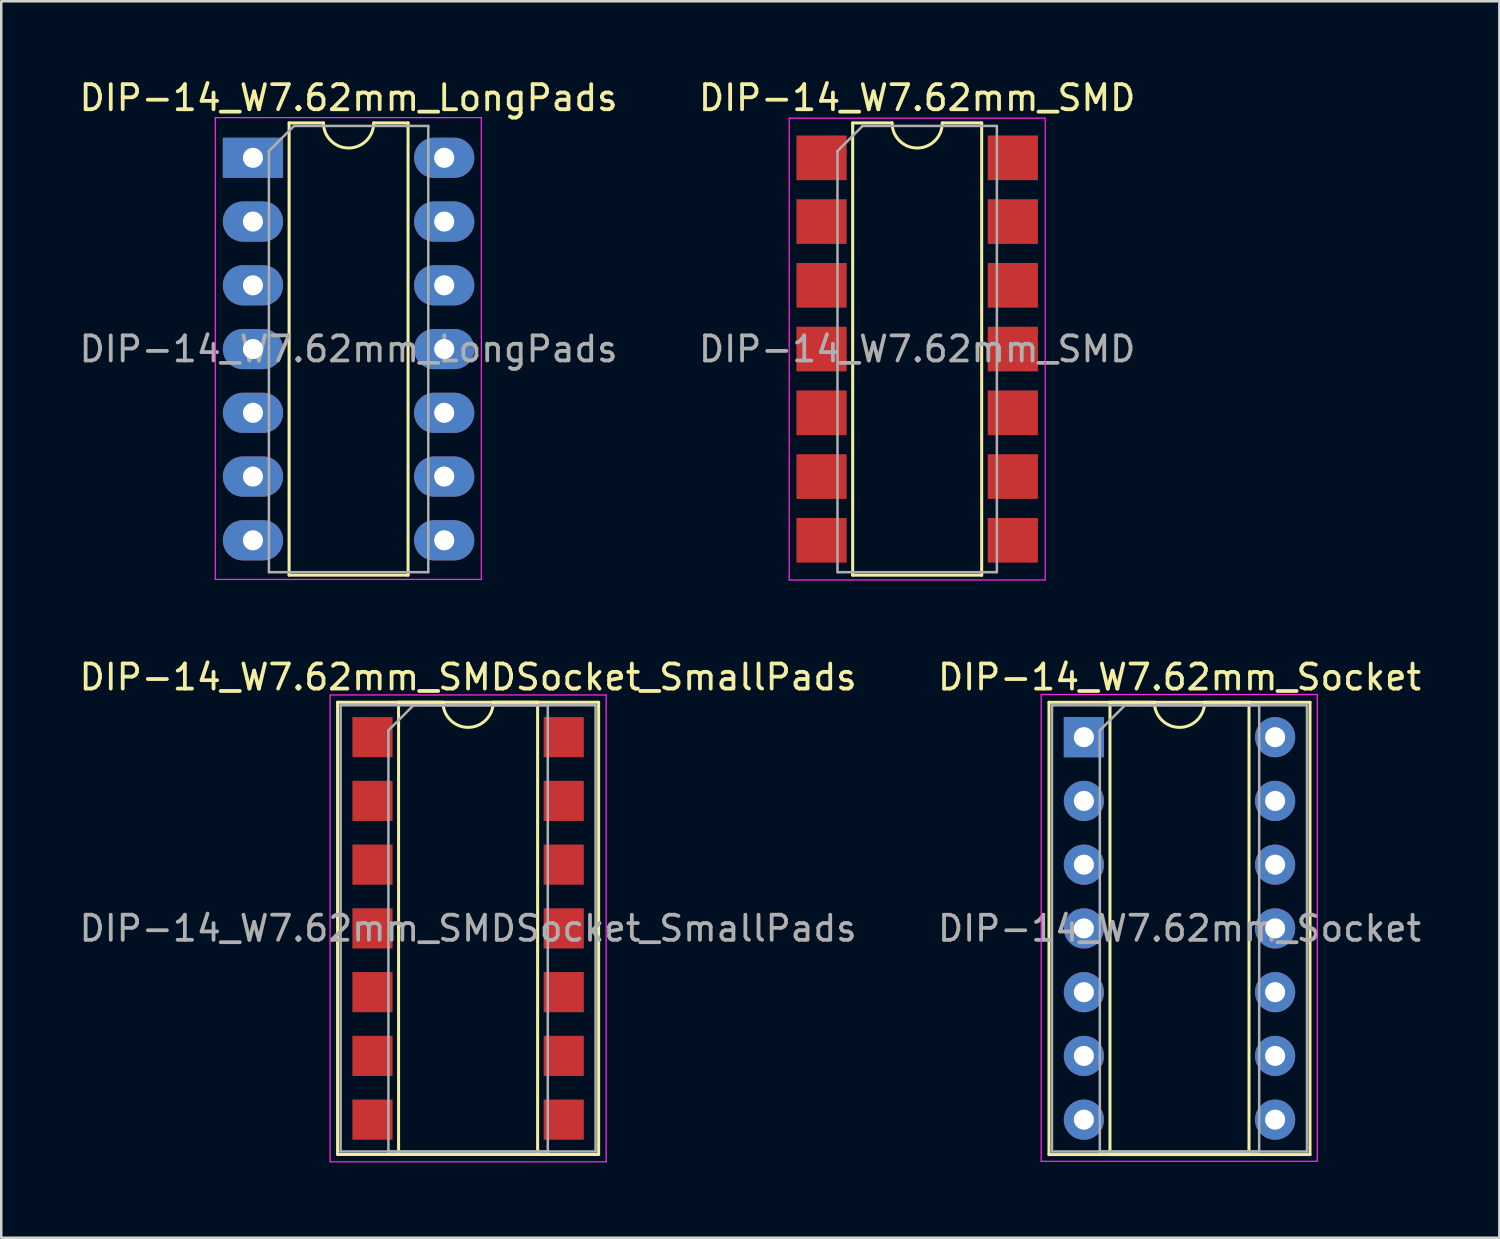
<source format=kicad_pcb>
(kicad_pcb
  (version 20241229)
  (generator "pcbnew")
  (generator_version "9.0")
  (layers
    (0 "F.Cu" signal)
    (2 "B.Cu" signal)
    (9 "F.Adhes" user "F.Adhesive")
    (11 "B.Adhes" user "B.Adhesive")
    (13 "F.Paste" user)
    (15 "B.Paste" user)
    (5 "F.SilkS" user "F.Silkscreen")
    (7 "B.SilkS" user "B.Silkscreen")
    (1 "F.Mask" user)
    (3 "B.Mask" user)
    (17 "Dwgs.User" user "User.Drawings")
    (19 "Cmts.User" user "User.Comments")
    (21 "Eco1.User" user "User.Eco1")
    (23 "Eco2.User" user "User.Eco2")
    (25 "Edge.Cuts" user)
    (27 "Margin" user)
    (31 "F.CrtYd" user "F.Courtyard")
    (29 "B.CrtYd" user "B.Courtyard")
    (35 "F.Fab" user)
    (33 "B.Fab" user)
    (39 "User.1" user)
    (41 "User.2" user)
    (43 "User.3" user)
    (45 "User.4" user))
  (footprint "DIP-14_W7.62mm_SMDSocket_SmallPads"
    (layer "F.Cu")
    (at 15.601 33.941)
    (property "Reference" "DIP-14_W7.62mm_SMDSocket_SmallPads" (at 0 -10.01 0) (layer "F.SilkS") (effects (font (size 1 1) (thickness 0.15))))
    (attr smd)
    (fp_line (start -5.2 -9.01) (end -5.2 9.01) (stroke (width 0.12) (type solid)) (layer "F.SilkS"))
    (fp_line (start -5.2 9.01) (end 5.2 9.01) (stroke (width 0.12) (type solid)) (layer "F.SilkS"))
    (fp_line (start -2.77 -9.01) (end -2.77 9.01) (stroke (width 0.12) (type solid)) (layer "F.SilkS"))
    (fp_line (start -2.77 9.01) (end 2.77 9.01) (stroke (width 0.12) (type solid)) (layer "F.SilkS"))
    (fp_line (start -1 -9.01) (end -2.77 -9.01) (stroke (width 0.12) (type solid)) (layer "F.SilkS"))
    (fp_line (start 2.77 -9.01) (end 1 -9.01) (stroke (width 0.12) (type solid)) (layer "F.SilkS"))
    (fp_line (start 2.77 9.01) (end 2.77 -9.01) (stroke (width 0.12) (type solid)) (layer "F.SilkS"))
    (fp_line (start 5.2 -9.01) (end -5.2 -9.01) (stroke (width 0.12) (type solid)) (layer "F.SilkS"))
    (fp_line (start 5.2 9.01) (end 5.2 -9.01) (stroke (width 0.12) (type solid)) (layer "F.SilkS"))
    (fp_arc (start 1 -9.01) (mid 0 -8.01) (end -1 -9.01) (stroke (width 0.12) (type solid)) (layer "F.SilkS"))
    (fp_line (start -5.5 -9.3) (end -5.5 9.3) (stroke (width 0.05) (type solid)) (layer "F.CrtYd"))
    (fp_line (start -5.5 9.3) (end 5.5 9.3) (stroke (width 0.05) (type solid)) (layer "F.CrtYd"))
    (fp_line (start 5.5 -9.3) (end -5.5 -9.3) (stroke (width 0.05) (type solid)) (layer "F.CrtYd"))
    (fp_line (start 5.5 9.3) (end 5.5 -9.3) (stroke (width 0.05) (type solid)) (layer "F.CrtYd"))
    (fp_line (start -5.08 -8.89) (end -5.08 8.89) (stroke (width 0.1) (type solid)) (layer "F.Fab"))
    (fp_line (start -5.08 8.89) (end 5.08 8.89) (stroke (width 0.1) (type solid)) (layer "F.Fab"))
    (fp_line (start -3.175 -7.89) (end -2.175 -8.89) (stroke (width 0.1) (type solid)) (layer "F.Fab"))
    (fp_line (start -3.175 8.89) (end -3.175 -7.89) (stroke (width 0.1) (type solid)) (layer "F.Fab"))
    (fp_line (start -2.175 -8.89) (end 3.175 -8.89) (stroke (width 0.1) (type solid)) (layer "F.Fab"))
    (fp_line (start 3.175 -8.89) (end 3.175 8.89) (stroke (width 0.1) (type solid)) (layer "F.Fab"))
    (fp_line (start 3.175 8.89) (end -3.175 8.89) (stroke (width 0.1) (type solid)) (layer "F.Fab"))
    (fp_line (start 5.08 -8.89) (end -5.08 -8.89) (stroke (width 0.1) (type solid)) (layer "F.Fab"))
    (fp_line (start 5.08 8.89) (end 5.08 -8.89) (stroke (width 0.1) (type solid)) (layer "F.Fab"))
    (fp_text user "${REFERENCE}" (at 0 0 0) (layer "F.Fab") (effects (font (size 1 1) (thickness 0.15))))
    (pad "1" smd rect (at -3.81 -7.62) (size 1.6 1.6) (layers "F.Cu" "F.Mask" "F.Paste"))
    (pad "2" smd rect (at -3.81 -5.08) (size 1.6 1.6) (layers "F.Cu" "F.Mask" "F.Paste"))
    (pad "3" smd rect (at -3.81 -2.54) (size 1.6 1.6) (layers "F.Cu" "F.Mask" "F.Paste"))
    (pad "4" smd rect (at -3.81 0) (size 1.6 1.6) (layers "F.Cu" "F.Mask" "F.Paste"))
    (pad "5" smd rect (at -3.81 2.54) (size 1.6 1.6) (layers "F.Cu" "F.Mask" "F.Paste"))
    (pad "6" smd rect (at -3.81 5.08) (size 1.6 1.6) (layers "F.Cu" "F.Mask" "F.Paste"))
    (pad "7" smd rect (at -3.81 7.62) (size 1.6 1.6) (layers "F.Cu" "F.Mask" "F.Paste"))
    (pad "8" smd rect (at 3.81 7.62) (size 1.6 1.6) (layers "F.Cu" "F.Mask" "F.Paste"))
    (pad "9" smd rect (at 3.81 5.08) (size 1.6 1.6) (layers "F.Cu" "F.Mask" "F.Paste"))
    (pad "10" smd rect (at 3.81 2.54) (size 1.6 1.6) (layers "F.Cu" "F.Mask" "F.Paste"))
    (pad "11" smd rect (at 3.81 0) (size 1.6 1.6) (layers "F.Cu" "F.Mask" "F.Paste"))
    (pad "12" smd rect (at 3.81 -2.54) (size 1.6 1.6) (layers "F.Cu" "F.Mask" "F.Paste"))
    (pad "13" smd rect (at 3.81 -5.08) (size 1.6 1.6) (layers "F.Cu" "F.Mask" "F.Paste"))
    (pad "14" smd rect (at 3.81 -7.62) (size 1.6 1.6) (layers "F.Cu" "F.Mask" "F.Paste")))
  (footprint "DIP-14_W7.62mm_SMD"
    (layer "F.Cu")
    (at 33.494 10.858)
    (property "Reference" "DIP-14_W7.62mm_SMD" (at 0 -10.01 0) (layer "F.SilkS") (effects (font (size 1 1) (thickness 0.15))))
    (attr smd)
    (fp_line (start -2.57 -9.01) (end -2.57 9.01) (stroke (width 0.12) (type solid)) (layer "F.SilkS"))
    (fp_line (start -2.57 9.01) (end 2.57 9.01) (stroke (width 0.12) (type solid)) (layer "F.SilkS"))
    (fp_line (start -1 -9.01) (end -2.57 -9.01) (stroke (width 0.12) (type solid)) (layer "F.SilkS"))
    (fp_line (start 2.57 -9.01) (end 1 -9.01) (stroke (width 0.12) (type solid)) (layer "F.SilkS"))
    (fp_line (start 2.57 9.01) (end 2.57 -9.01) (stroke (width 0.12) (type solid)) (layer "F.SilkS"))
    (fp_arc (start 1 -9.01) (mid 0 -8.01) (end -1 -9.01) (stroke (width 0.12) (type solid)) (layer "F.SilkS"))
    (fp_line (start -5.1 -9.2) (end -5.1 9.2) (stroke (width 0.05) (type solid)) (layer "F.CrtYd"))
    (fp_line (start -5.1 9.2) (end 5.1 9.2) (stroke (width 0.05) (type solid)) (layer "F.CrtYd"))
    (fp_line (start 5.1 -9.2) (end -5.1 -9.2) (stroke (width 0.05) (type solid)) (layer "F.CrtYd"))
    (fp_line (start 5.1 9.2) (end 5.1 -9.2) (stroke (width 0.05) (type solid)) (layer "F.CrtYd"))
    (fp_line (start -3.175 -7.89) (end -2.175 -8.89) (stroke (width 0.1) (type solid)) (layer "F.Fab"))
    (fp_line (start -3.175 8.89) (end -3.175 -7.89) (stroke (width 0.1) (type solid)) (layer "F.Fab"))
    (fp_line (start -2.175 -8.89) (end 3.175 -8.89) (stroke (width 0.1) (type solid)) (layer "F.Fab"))
    (fp_line (start 3.175 -8.89) (end 3.175 8.89) (stroke (width 0.1) (type solid)) (layer "F.Fab"))
    (fp_line (start 3.175 8.89) (end -3.175 8.89) (stroke (width 0.1) (type solid)) (layer "F.Fab"))
    (fp_text user "${REFERENCE}" (at 0 0 0) (layer "F.Fab") (effects (font (size 1 1) (thickness 0.15))))
    (pad "1" smd rect (at -3.81 -7.62) (size 2 1.78) (layers "F.Cu" "F.Mask" "F.Paste"))
    (pad "2" smd rect (at -3.81 -5.08) (size 2 1.78) (layers "F.Cu" "F.Mask" "F.Paste"))
    (pad "3" smd rect (at -3.81 -2.54) (size 2 1.78) (layers "F.Cu" "F.Mask" "F.Paste"))
    (pad "4" smd rect (at -3.81 0) (size 2 1.78) (layers "F.Cu" "F.Mask" "F.Paste"))
    (pad "5" smd rect (at -3.81 2.54) (size 2 1.78) (layers "F.Cu" "F.Mask" "F.Paste"))
    (pad "6" smd rect (at -3.81 5.08) (size 2 1.78) (layers "F.Cu" "F.Mask" "F.Paste"))
    (pad "7" smd rect (at -3.81 7.62) (size 2 1.78) (layers "F.Cu" "F.Mask" "F.Paste"))
    (pad "8" smd rect (at 3.81 7.62) (size 2 1.78) (layers "F.Cu" "F.Mask" "F.Paste"))
    (pad "9" smd rect (at 3.81 5.08) (size 2 1.78) (layers "F.Cu" "F.Mask" "F.Paste"))
    (pad "10" smd rect (at 3.81 2.54) (size 2 1.78) (layers "F.Cu" "F.Mask" "F.Paste"))
    (pad "11" smd rect (at 3.81 0) (size 2 1.78) (layers "F.Cu" "F.Mask" "F.Paste"))
    (pad "12" smd rect (at 3.81 -2.54) (size 2 1.78) (layers "F.Cu" "F.Mask" "F.Paste"))
    (pad "13" smd rect (at 3.81 -5.08) (size 2 1.78) (layers "F.Cu" "F.Mask" "F.Paste"))
    (pad "14" smd rect (at 3.81 -7.62) (size 2 1.78) (layers "F.Cu" "F.Mask" "F.Paste")))
  (footprint "DIP-14_W7.62mm_LongPads"
    (layer "F.Cu")
    (at 7.029 3.238)
    (property "Reference" "DIP-14_W7.62mm_LongPads" (at 3.81 -2.39 0) (layer "F.SilkS") (effects (font (size 1 1) (thickness 0.15))))
    (attr through_hole)
    (fp_line (start 1.44 -1.39) (end 1.44 16.63) (stroke (width 0.12) (type solid)) (layer "F.SilkS"))
    (fp_line (start 1.44 16.63) (end 6.18 16.63) (stroke (width 0.12) (type solid)) (layer "F.SilkS"))
    (fp_line (start 2.81 -1.39) (end 1.44 -1.39) (stroke (width 0.12) (type solid)) (layer "F.SilkS"))
    (fp_line (start 6.18 -1.39) (end 4.81 -1.39) (stroke (width 0.12) (type solid)) (layer "F.SilkS"))
    (fp_line (start 6.18 16.63) (end 6.18 -1.39) (stroke (width 0.12) (type solid)) (layer "F.SilkS"))
    (fp_arc (start 4.81 -1.39) (mid 3.81 -0.39) (end 2.81 -1.39) (stroke (width 0.12) (type solid)) (layer "F.SilkS"))
    (fp_line (start -1.5 -1.6) (end -1.5 16.8) (stroke (width 0.05) (type solid)) (layer "F.CrtYd"))
    (fp_line (start -1.5 16.8) (end 9.1 16.8) (stroke (width 0.05) (type solid)) (layer "F.CrtYd"))
    (fp_line (start 9.1 -1.6) (end -1.5 -1.6) (stroke (width 0.05) (type solid)) (layer "F.CrtYd"))
    (fp_line (start 9.1 16.8) (end 9.1 -1.6) (stroke (width 0.05) (type solid)) (layer "F.CrtYd"))
    (fp_line (start 0.635 -0.27) (end 1.635 -1.27) (stroke (width 0.1) (type solid)) (layer "F.Fab"))
    (fp_line (start 0.635 16.51) (end 0.635 -0.27) (stroke (width 0.1) (type solid)) (layer "F.Fab"))
    (fp_line (start 1.635 -1.27) (end 6.985 -1.27) (stroke (width 0.1) (type solid)) (layer "F.Fab"))
    (fp_line (start 6.985 -1.27) (end 6.985 16.51) (stroke (width 0.1) (type solid)) (layer "F.Fab"))
    (fp_line (start 6.985 16.51) (end 0.635 16.51) (stroke (width 0.1) (type solid)) (layer "F.Fab"))
    (fp_text user "${REFERENCE}" (at 3.81 7.62 0) (layer "F.Fab") (effects (font (size 1 1) (thickness 0.15))))
    (pad "1" thru_hole rect (at 0 0) (size 2.4 1.6) (drill 0.8) (layers "*.Cu" "*.Mask"))
    (pad "2" thru_hole oval (at 0 2.54) (size 2.4 1.6) (drill 0.8) (layers "*.Cu" "*.Mask"))
    (pad "3" thru_hole oval (at 0 5.08) (size 2.4 1.6) (drill 0.8) (layers "*.Cu" "*.Mask"))
    (pad "4" thru_hole oval (at 0 7.62) (size 2.4 1.6) (drill 0.8) (layers "*.Cu" "*.Mask"))
    (pad "5" thru_hole oval (at 0 10.16) (size 2.4 1.6) (drill 0.8) (layers "*.Cu" "*.Mask"))
    (pad "6" thru_hole oval (at 0 12.7) (size 2.4 1.6) (drill 0.8) (layers "*.Cu" "*.Mask"))
    (pad "7" thru_hole oval (at 0 15.24) (size 2.4 1.6) (drill 0.8) (layers "*.Cu" "*.Mask"))
    (pad "8" thru_hole oval (at 7.62 15.24) (size 2.4 1.6) (drill 0.8) (layers "*.Cu" "*.Mask"))
    (pad "9" thru_hole oval (at 7.62 12.7) (size 2.4 1.6) (drill 0.8) (layers "*.Cu" "*.Mask"))
    (pad "10" thru_hole oval (at 7.62 10.16) (size 2.4 1.6) (drill 0.8) (layers "*.Cu" "*.Mask"))
    (pad "11" thru_hole oval (at 7.62 7.62) (size 2.4 1.6) (drill 0.8) (layers "*.Cu" "*.Mask"))
    (pad "12" thru_hole oval (at 7.62 5.08) (size 2.4 1.6) (drill 0.8) (layers "*.Cu" "*.Mask"))
    (pad "13" thru_hole oval (at 7.62 2.54) (size 2.4 1.6) (drill 0.8) (layers "*.Cu" "*.Mask"))
    (pad "14" thru_hole oval (at 7.62 0) (size 2.4 1.6) (drill 0.8) (layers "*.Cu" "*.Mask")))
  (footprint "DIP-14_W7.62mm_Socket"
    (layer "F.Cu")
    (at 40.136 26.322)
    (property "Reference" "DIP-14_W7.62mm_Socket" (at 3.81 -2.39 0) (layer "F.SilkS") (effects (font (size 1 1) (thickness 0.15))))
    (attr through_hole)
    (fp_line (start -1.39 -1.39) (end -1.39 16.63) (stroke (width 0.12) (type solid)) (layer "F.SilkS"))
    (fp_line (start -1.39 16.63) (end 9.01 16.63) (stroke (width 0.12) (type solid)) (layer "F.SilkS"))
    (fp_line (start 1.04 -1.39) (end 1.04 16.63) (stroke (width 0.12) (type solid)) (layer "F.SilkS"))
    (fp_line (start 1.04 16.63) (end 6.58 16.63) (stroke (width 0.12) (type solid)) (layer "F.SilkS"))
    (fp_line (start 2.81 -1.39) (end 1.04 -1.39) (stroke (width 0.12) (type solid)) (layer "F.SilkS"))
    (fp_line (start 6.58 -1.39) (end 4.81 -1.39) (stroke (width 0.12) (type solid)) (layer "F.SilkS"))
    (fp_line (start 6.58 16.63) (end 6.58 -1.39) (stroke (width 0.12) (type solid)) (layer "F.SilkS"))
    (fp_line (start 9.01 -1.39) (end -1.39 -1.39) (stroke (width 0.12) (type solid)) (layer "F.SilkS"))
    (fp_line (start 9.01 16.63) (end 9.01 -1.39) (stroke (width 0.12) (type solid)) (layer "F.SilkS"))
    (fp_arc (start 4.81 -1.39) (mid 3.81 -0.39) (end 2.81 -1.39) (stroke (width 0.12) (type solid)) (layer "F.SilkS"))
    (fp_line (start -1.7 -1.7) (end -1.7 16.9) (stroke (width 0.05) (type solid)) (layer "F.CrtYd"))
    (fp_line (start -1.7 16.9) (end 9.3 16.9) (stroke (width 0.05) (type solid)) (layer "F.CrtYd"))
    (fp_line (start 9.3 -1.7) (end -1.7 -1.7) (stroke (width 0.05) (type solid)) (layer "F.CrtYd"))
    (fp_line (start 9.3 16.9) (end 9.3 -1.7) (stroke (width 0.05) (type solid)) (layer "F.CrtYd"))
    (fp_line (start -1.27 -1.27) (end -1.27 16.51) (stroke (width 0.1) (type solid)) (layer "F.Fab"))
    (fp_line (start -1.27 16.51) (end 8.89 16.51) (stroke (width 0.1) (type solid)) (layer "F.Fab"))
    (fp_line (start 0.635 -0.27) (end 1.635 -1.27) (stroke (width 0.1) (type solid)) (layer "F.Fab"))
    (fp_line (start 0.635 16.51) (end 0.635 -0.27) (stroke (width 0.1) (type solid)) (layer "F.Fab"))
    (fp_line (start 1.635 -1.27) (end 6.985 -1.27) (stroke (width 0.1) (type solid)) (layer "F.Fab"))
    (fp_line (start 6.985 -1.27) (end 6.985 16.51) (stroke (width 0.1) (type solid)) (layer "F.Fab"))
    (fp_line (start 6.985 16.51) (end 0.635 16.51) (stroke (width 0.1) (type solid)) (layer "F.Fab"))
    (fp_line (start 8.89 -1.27) (end -1.27 -1.27) (stroke (width 0.1) (type solid)) (layer "F.Fab"))
    (fp_line (start 8.89 16.51) (end 8.89 -1.27) (stroke (width 0.1) (type solid)) (layer "F.Fab"))
    (fp_text user "${REFERENCE}" (at 3.81 7.62 0) (layer "F.Fab") (effects (font (size 1 1) (thickness 0.15))))
    (pad "1" thru_hole rect (at 0 0) (size 1.6 1.6) (drill 0.8) (layers "*.Cu" "*.Mask"))
    (pad "2" thru_hole oval (at 0 2.54) (size 1.6 1.6) (drill 0.8) (layers "*.Cu" "*.Mask"))
    (pad "3" thru_hole oval (at 0 5.08) (size 1.6 1.6) (drill 0.8) (layers "*.Cu" "*.Mask"))
    (pad "4" thru_hole oval (at 0 7.62) (size 1.6 1.6) (drill 0.8) (layers "*.Cu" "*.Mask"))
    (pad "5" thru_hole oval (at 0 10.16) (size 1.6 1.6) (drill 0.8) (layers "*.Cu" "*.Mask"))
    (pad "6" thru_hole oval (at 0 12.7) (size 1.6 1.6) (drill 0.8) (layers "*.Cu" "*.Mask"))
    (pad "7" thru_hole oval (at 0 15.24) (size 1.6 1.6) (drill 0.8) (layers "*.Cu" "*.Mask"))
    (pad "8" thru_hole oval (at 7.62 15.24) (size 1.6 1.6) (drill 0.8) (layers "*.Cu" "*.Mask"))
    (pad "9" thru_hole oval (at 7.62 12.7) (size 1.6 1.6) (drill 0.8) (layers "*.Cu" "*.Mask"))
    (pad "10" thru_hole oval (at 7.62 10.16) (size 1.6 1.6) (drill 0.8) (layers "*.Cu" "*.Mask"))
    (pad "11" thru_hole oval (at 7.62 7.62) (size 1.6 1.6) (drill 0.8) (layers "*.Cu" "*.Mask"))
    (pad "12" thru_hole oval (at 7.62 5.08) (size 1.6 1.6) (drill 0.8) (layers "*.Cu" "*.Mask"))
    (pad "13" thru_hole oval (at 7.62 2.54) (size 1.6 1.6) (drill 0.8) (layers "*.Cu" "*.Mask"))
    (pad "14" thru_hole oval (at 7.62 0) (size 1.6 1.6) (drill 0.8) (layers "*.Cu" "*.Mask")))
  (gr_rect
    (start -3 -3)
    (end 56.69 46.267)
    (stroke (width 0.1) (type default))
    (fill no)
    (layer "Edge.Cuts")))
</source>
